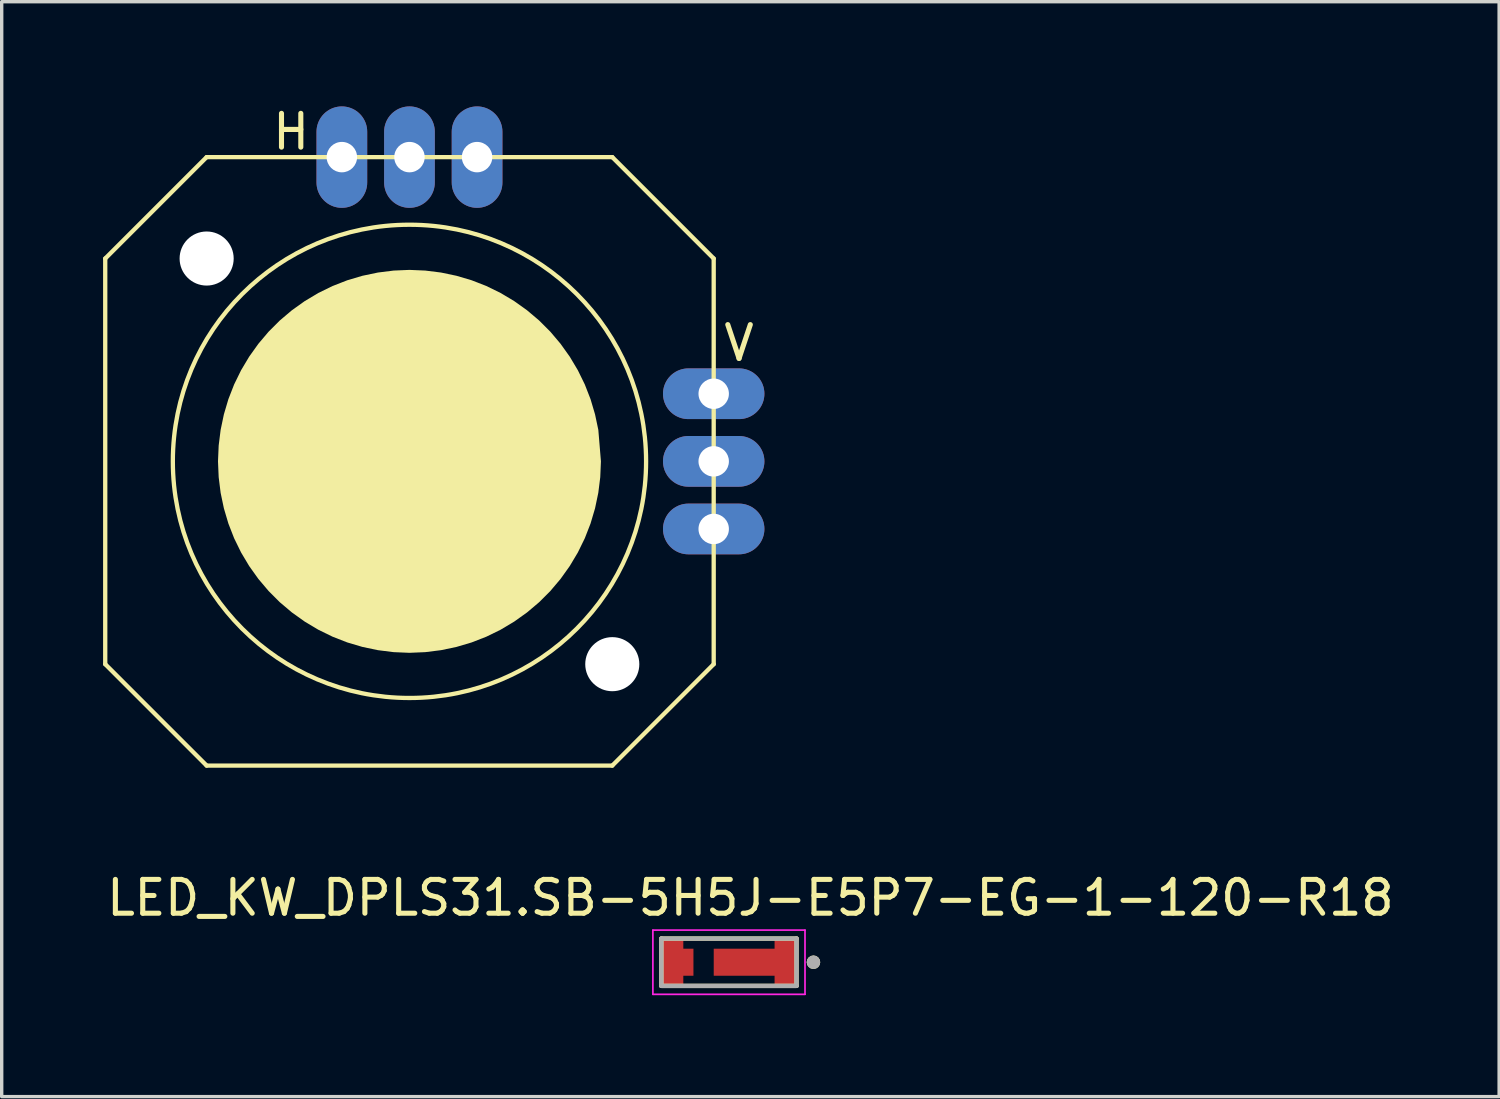
<source format=kicad_pcb>
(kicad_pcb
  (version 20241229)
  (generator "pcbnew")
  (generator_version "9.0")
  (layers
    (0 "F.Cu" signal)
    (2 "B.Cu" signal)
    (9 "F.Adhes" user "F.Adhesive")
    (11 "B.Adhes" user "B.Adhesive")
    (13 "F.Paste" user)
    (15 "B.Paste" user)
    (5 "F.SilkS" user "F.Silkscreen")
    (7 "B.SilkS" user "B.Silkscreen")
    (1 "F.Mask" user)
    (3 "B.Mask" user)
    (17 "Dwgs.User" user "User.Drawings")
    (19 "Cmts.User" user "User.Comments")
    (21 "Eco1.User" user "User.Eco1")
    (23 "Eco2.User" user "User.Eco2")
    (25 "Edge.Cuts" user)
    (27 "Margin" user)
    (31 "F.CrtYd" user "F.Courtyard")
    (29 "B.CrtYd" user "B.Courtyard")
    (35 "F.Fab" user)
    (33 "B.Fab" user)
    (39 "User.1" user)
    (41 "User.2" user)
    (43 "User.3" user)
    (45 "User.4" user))
  (footprint "JOYSTICK_S"
    (layer "F.Cu")
    (at 9.063 10.598)
    (property "Reference" "JOYSTICK_S" (at 0 0 0) (layer "F.SilkS") (effects (font (size 1.27 1.27) (thickness 0.15))))
    (fp_line (start -9 -6) (end -6 -9) (stroke (width 0.127) (type solid)) (layer "F.SilkS"))
    (fp_line (start -9 6) (end -9 -6) (stroke (width 0.127) (type solid)) (layer "F.SilkS"))
    (fp_line (start -6 -9) (end 6 -9) (stroke (width 0.127) (type solid)) (layer "F.SilkS"))
    (fp_line (start -6 9) (end -9 6) (stroke (width 0.127) (type solid)) (layer "F.SilkS"))
    (fp_line (start 6 -9) (end 9 -6) (stroke (width 0.127) (type solid)) (layer "F.SilkS"))
    (fp_line (start 6 9) (end -6 9) (stroke (width 0.127) (type solid)) (layer "F.SilkS"))
    (fp_line (start 9 -6) (end 9 6) (stroke (width 0.127) (type solid)) (layer "F.SilkS"))
    (fp_line (start 9 6) (end 6 9) (stroke (width 0.127) (type solid)) (layer "F.SilkS"))
    (fp_circle (center 0 0) (end 7 0) (stroke (width 0.127) (type solid)) (fill no) (layer "F.SilkS"))
    (fp_poly (pts (xy 0.468 -5.644) (xy 0.932 -5.586) (xy 1.39 -5.49) (xy 1.839 -5.357) (xy 2.275 -5.187) (xy 2.696 -4.981) (xy 3.098 -4.741) (xy 3.479 -4.469) (xy 3.836 -4.167) (xy 4.167 -3.836) (xy 4.469 -3.479) (xy 4.741 -3.098) (xy 4.981 -2.696) (xy 5.187 -2.275) (xy 5.357 -1.839) (xy 5.49 -1.39) (xy 5.587 -0.931) (xy 5.664 -0.001) (xy 5.644 0.468) (xy 5.586 0.932) (xy 5.49 1.39) (xy 5.357 1.839) (xy 5.187 2.275) (xy 4.981 2.696) (xy 4.741 3.098) (xy 4.469 3.479) (xy 4.167 3.836) (xy 3.836 4.167) (xy 3.479 4.469) (xy 3.098 4.741) (xy 2.696 4.981) (xy 2.275 5.187) (xy 1.839 5.357) (xy 1.39 5.49) (xy 0.932 5.586) (xy 0.468 5.644) (xy 0 5.664) (xy -0.468 5.644) (xy -0.932 5.586) (xy -1.39 5.49) (xy -1.839 5.357) (xy -2.275 5.187) (xy -2.696 4.981) (xy -3.098 4.741) (xy -3.479 4.469) (xy -3.836 4.167) (xy -4.167 3.836) (xy -4.469 3.479) (xy -4.741 3.098) (xy -4.981 2.696) (xy -5.187 2.275) (xy -5.357 1.839) (xy -5.49 1.39) (xy -5.586 0.932) (xy -5.644 0.468) (xy -5.664 0) (xy -5.644 -0.468) (xy -5.586 -0.932) (xy -5.49 -1.39) (xy -5.357 -1.839) (xy -5.187 -2.275) (xy -4.981 -2.696) (xy -4.741 -3.098) (xy -4.469 -3.479) (xy -4.167 -3.836) (xy -3.836 -4.167) (xy -3.479 -4.469) (xy -3.098 -4.741) (xy -2.696 -4.981) (xy -2.275 -5.187) (xy -1.839 -5.357) (xy -1.39 -5.49) (xy -0.932 -5.586) (xy -0.468 -5.644) (xy 0 -5.664)) (stroke (width 0) (type solid)) (fill yes) (layer "F.SilkS"))
    (fp_text user "V" (at 9.75 -3.5 0) (unlocked yes) (layer "F.SilkS") (effects (font (size 1 1) (thickness 0.15))))
    (fp_text user "H" (at -3.5 -9.75 0) (unlocked yes) (layer "F.SilkS") (effects (font (size 1 1) (thickness 0.15))))
    (pad "" np_thru_hole circle (at -6 -6) (size 1.6 1.6) (drill 1.6) (layers "*.Cu" "*.Mask"))
    (pad "" np_thru_hole circle (at 6 6) (size 1.6 1.6) (drill 1.6) (layers "*.Cu" "*.Mask"))
    (pad "H" thru_hole oval (at 0 -9 90) (size 3 1.5) (drill 0.9) (layers "*.Cu" "*.Mask"))
    (pad "H+" thru_hole oval (at 2 -9 90) (size 3 1.5) (drill 0.9) (layers "*.Cu" "*.Mask"))
    (pad "H-" thru_hole oval (at -2 -9 90) (size 3 1.5) (drill 0.9) (layers "*.Cu" "*.Mask"))
    (pad "V" thru_hole oval (at 9 0) (size 3 1.5) (drill 0.9) (layers "*.Cu" "*.Mask"))
    (pad "V+" thru_hole oval (at 9 -2) (size 3 1.5) (drill 0.9) (layers "*.Cu" "*.Mask"))
    (pad "V-" thru_hole oval (at 9 2) (size 3 1.5) (drill 0.9) (layers "*.Cu" "*.Mask")))
  (footprint "LED_KW_DPLS31.SB-5H5J-E5P7-EG-1-120-R18"
    (layer "F.Cu")
    (at 18.514 25.415)
    (property "Reference" "LED_KW_DPLS31.SB-5H5J-E5P7-EG-1-120-R18" (at 0.635 -1.905 0) (layer "F.SilkS") (effects (font (size 1 1) (thickness 0.15))))
    (attr through_hole)
    (fp_poly (pts (xy -1.65 -0.4) (xy -1.05 -0.4) (xy -1.05 0.4) (xy -1.65 0.4)) (stroke (width 0.01) (type solid)) (fill yes) (layer "F.Mask"))
    (fp_poly (pts (xy -0.45 -0.4) (xy 1.65 -0.4) (xy 1.65 0.4) (xy -0.45 0.4)) (stroke (width 0.01) (type solid)) (fill yes) (layer "F.Mask"))
    (fp_line (start -2 -0.7) (end 2 -0.7) (stroke (width 0.127) (type solid)) (layer "F.SilkS"))
    (fp_line (start -2 0.7) (end -2 -0.7) (stroke (width 0.127) (type solid)) (layer "F.SilkS"))
    (fp_line (start 2 -0.7) (end 2 0.7) (stroke (width 0.127) (type solid)) (layer "F.SilkS"))
    (fp_line (start 2 0.7) (end -2 0.7) (stroke (width 0.127) (type solid)) (layer "F.SilkS"))
    (fp_circle (center 2.5 0) (end 2.6 0) (stroke (width 0.2) (type solid)) (fill no) (layer "F.SilkS"))
    (fp_poly (pts (xy -1.6 -0.35) (xy -1.1 -0.35) (xy -1.1 0.35) (xy -1.6 0.35)) (stroke (width 0.01) (type solid)) (fill yes) (layer "F.Paste"))
    (fp_poly (pts (xy -0.4 -0.35) (xy 0.4 -0.35) (xy 0.4 0.35) (xy -0.4 0.35)) (stroke (width 0.01) (type solid)) (fill yes) (layer "F.Paste"))
    (fp_poly (pts (xy 0.75 -0.35) (xy 1.55 -0.35) (xy 1.55 0.35) (xy 0.75 0.35)) (stroke (width 0.01) (type solid)) (fill yes) (layer "F.Paste"))
    (fp_line (start -2.25 -0.95) (end 2.25 -0.95) (stroke (width 0.05) (type solid)) (layer "F.CrtYd"))
    (fp_line (start -2.25 0.95) (end -2.25 -0.95) (stroke (width 0.05) (type solid)) (layer "F.CrtYd"))
    (fp_line (start 2.25 -0.95) (end 2.25 0.95) (stroke (width 0.05) (type solid)) (layer "F.CrtYd"))
    (fp_line (start 2.25 0.95) (end -2.25 0.95) (stroke (width 0.05) (type solid)) (layer "F.CrtYd"))
    (fp_line (start -2 -0.7) (end 2 -0.7) (stroke (width 0.127) (type solid)) (layer "F.Fab"))
    (fp_line (start -2 0.7) (end -2 -0.7) (stroke (width 0.127) (type solid)) (layer "F.Fab"))
    (fp_line (start 2 -0.7) (end 2 0.7) (stroke (width 0.127) (type solid)) (layer "F.Fab"))
    (fp_line (start 2 0.7) (end -2 0.7) (stroke (width 0.127) (type solid)) (layer "F.Fab"))
    (fp_circle (center 2.5 0) (end 2.6 0) (stroke (width 0.2) (type solid)) (fill no) (layer "F.Fab"))
    (pad "A" smd custom (at -1.35 0) (size 0.6 0.8) (layers "F.Cu") (options (anchor rect)) (primitives (gr_poly (pts (xy -0.6 -0.7) (xy -0.6 0.7) (xy 0 0.7) (xy 0 -0.7)) (width 0.0001) (fill yes))))
    (pad "C" smd custom (at 0.6 0) (size 2.1 0.8) (layers "F.Cu") (options (anchor rect)) (primitives (gr_poly (pts (xy 0.75 -0.7) (xy 0.75 0.7) (xy 1.35 0.7) (xy 1.35 -0.7)) (width 0.0001) (fill yes)))))
  (gr_rect
    (start -3 -3)
    (end 41.298 29.39)
    (stroke (width 0.1) (type default))
    (fill no)
    (layer "Edge.Cuts")))
</source>
